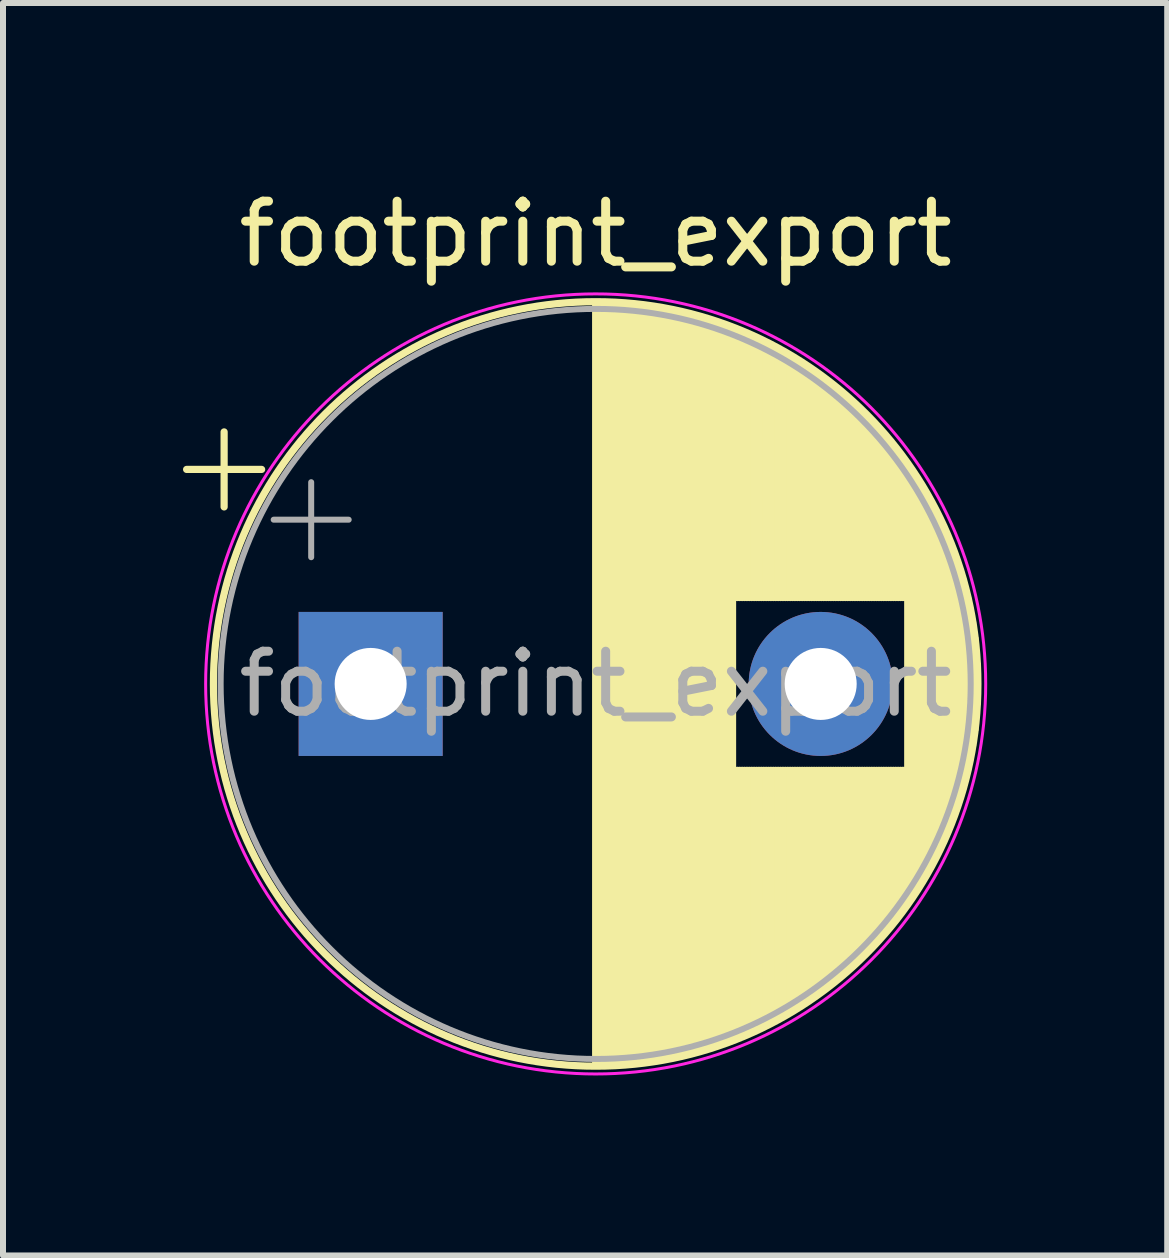
<source format=kicad_pcb>
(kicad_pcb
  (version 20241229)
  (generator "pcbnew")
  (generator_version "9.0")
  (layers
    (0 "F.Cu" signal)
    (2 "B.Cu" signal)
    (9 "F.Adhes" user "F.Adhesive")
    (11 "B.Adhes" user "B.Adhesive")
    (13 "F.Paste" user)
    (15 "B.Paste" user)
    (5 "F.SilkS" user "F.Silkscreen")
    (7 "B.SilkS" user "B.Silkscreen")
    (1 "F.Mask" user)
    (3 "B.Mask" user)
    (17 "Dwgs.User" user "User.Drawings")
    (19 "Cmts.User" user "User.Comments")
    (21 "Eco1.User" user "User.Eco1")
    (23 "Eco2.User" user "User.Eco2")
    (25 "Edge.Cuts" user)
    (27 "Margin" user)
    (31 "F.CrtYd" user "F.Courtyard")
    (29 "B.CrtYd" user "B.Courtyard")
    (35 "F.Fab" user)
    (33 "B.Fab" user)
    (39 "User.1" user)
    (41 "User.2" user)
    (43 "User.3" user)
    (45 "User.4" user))
  (footprint "footprint_export"
    (layer "F.Cu")
    (at 3.127 8.348)
    (property "Reference" "footprint_export" (at 3.75 -7.5 0) (layer "F.SilkS") (effects (font (size 1 1) (thickness 0.15))))
    (attr through_hole)
    (fp_line (start -3.067 -3.575) (end -1.817 -3.575) (stroke (width 0.12) (type solid)) (layer "F.SilkS"))
    (fp_line (start -2.442 -4.2) (end -2.442 -2.95) (stroke (width 0.12) (type solid)) (layer "F.SilkS"))
    (fp_line (start 3.75 -6.33) (end 3.75 6.33) (stroke (width 0.12) (type solid)) (layer "F.SilkS"))
    (fp_line (start 3.79 -6.33) (end 3.79 6.33) (stroke (width 0.12) (type solid)) (layer "F.SilkS"))
    (fp_line (start 3.83 -6.33) (end 3.83 6.33) (stroke (width 0.12) (type solid)) (layer "F.SilkS"))
    (fp_line (start 3.87 -6.329) (end 3.87 6.329) (stroke (width 0.12) (type solid)) (layer "F.SilkS"))
    (fp_line (start 3.91 -6.328) (end 3.91 6.328) (stroke (width 0.12) (type solid)) (layer "F.SilkS"))
    (fp_line (start 3.95 -6.327) (end 3.95 6.327) (stroke (width 0.12) (type solid)) (layer "F.SilkS"))
    (fp_line (start 3.99 -6.326) (end 3.99 6.326) (stroke (width 0.12) (type solid)) (layer "F.SilkS"))
    (fp_line (start 4.03 -6.324) (end 4.03 6.324) (stroke (width 0.12) (type solid)) (layer "F.SilkS"))
    (fp_line (start 4.07 -6.322) (end 4.07 6.322) (stroke (width 0.12) (type solid)) (layer "F.SilkS"))
    (fp_line (start 4.11 -6.32) (end 4.11 6.32) (stroke (width 0.12) (type solid)) (layer "F.SilkS"))
    (fp_line (start 4.15 -6.318) (end 4.15 6.318) (stroke (width 0.12) (type solid)) (layer "F.SilkS"))
    (fp_line (start 4.19 -6.315) (end 4.19 6.315) (stroke (width 0.12) (type solid)) (layer "F.SilkS"))
    (fp_line (start 4.23 -6.312) (end 4.23 6.312) (stroke (width 0.12) (type solid)) (layer "F.SilkS"))
    (fp_line (start 4.27 -6.309) (end 4.27 6.309) (stroke (width 0.12) (type solid)) (layer "F.SilkS"))
    (fp_line (start 4.31 -6.306) (end 4.31 6.306) (stroke (width 0.12) (type solid)) (layer "F.SilkS"))
    (fp_line (start 4.35 -6.302) (end 4.35 6.302) (stroke (width 0.12) (type solid)) (layer "F.SilkS"))
    (fp_line (start 4.39 -6.298) (end 4.39 6.298) (stroke (width 0.12) (type solid)) (layer "F.SilkS"))
    (fp_line (start 4.43 -6.294) (end 4.43 6.294) (stroke (width 0.12) (type solid)) (layer "F.SilkS"))
    (fp_line (start 4.471 -6.29) (end 4.471 6.29) (stroke (width 0.12) (type solid)) (layer "F.SilkS"))
    (fp_line (start 4.511 -6.285) (end 4.511 6.285) (stroke (width 0.12) (type solid)) (layer "F.SilkS"))
    (fp_line (start 4.551 -6.28) (end 4.551 6.28) (stroke (width 0.12) (type solid)) (layer "F.SilkS"))
    (fp_line (start 4.591 -6.275) (end 4.591 6.275) (stroke (width 0.12) (type solid)) (layer "F.SilkS"))
    (fp_line (start 4.631 -6.269) (end 4.631 6.269) (stroke (width 0.12) (type solid)) (layer "F.SilkS"))
    (fp_line (start 4.671 -6.264) (end 4.671 6.264) (stroke (width 0.12) (type solid)) (layer "F.SilkS"))
    (fp_line (start 4.711 -6.258) (end 4.711 6.258) (stroke (width 0.12) (type solid)) (layer "F.SilkS"))
    (fp_line (start 4.751 -6.252) (end 4.751 6.252) (stroke (width 0.12) (type solid)) (layer "F.SilkS"))
    (fp_line (start 4.791 -6.245) (end 4.791 6.245) (stroke (width 0.12) (type solid)) (layer "F.SilkS"))
    (fp_line (start 4.831 -6.238) (end 4.831 6.238) (stroke (width 0.12) (type solid)) (layer "F.SilkS"))
    (fp_line (start 4.871 -6.231) (end 4.871 6.231) (stroke (width 0.12) (type solid)) (layer "F.SilkS"))
    (fp_line (start 4.911 -6.224) (end 4.911 6.224) (stroke (width 0.12) (type solid)) (layer "F.SilkS"))
    (fp_line (start 4.951 -6.216) (end 4.951 6.216) (stroke (width 0.12) (type solid)) (layer "F.SilkS"))
    (fp_line (start 4.991 -6.209) (end 4.991 6.209) (stroke (width 0.12) (type solid)) (layer "F.SilkS"))
    (fp_line (start 5.031 -6.201) (end 5.031 6.201) (stroke (width 0.12) (type solid)) (layer "F.SilkS"))
    (fp_line (start 5.071 -6.192) (end 5.071 6.192) (stroke (width 0.12) (type solid)) (layer "F.SilkS"))
    (fp_line (start 5.111 -6.184) (end 5.111 6.184) (stroke (width 0.12) (type solid)) (layer "F.SilkS"))
    (fp_line (start 5.151 -6.175) (end 5.151 6.175) (stroke (width 0.12) (type solid)) (layer "F.SilkS"))
    (fp_line (start 5.191 -6.166) (end 5.191 6.166) (stroke (width 0.12) (type solid)) (layer "F.SilkS"))
    (fp_line (start 5.231 -6.156) (end 5.231 6.156) (stroke (width 0.12) (type solid)) (layer "F.SilkS"))
    (fp_line (start 5.271 -6.146) (end 5.271 6.146) (stroke (width 0.12) (type solid)) (layer "F.SilkS"))
    (fp_line (start 5.311 -6.137) (end 5.311 6.137) (stroke (width 0.12) (type solid)) (layer "F.SilkS"))
    (fp_line (start 5.351 -6.126) (end 5.351 6.126) (stroke (width 0.12) (type solid)) (layer "F.SilkS"))
    (fp_line (start 5.391 -6.116) (end 5.391 6.116) (stroke (width 0.12) (type solid)) (layer "F.SilkS"))
    (fp_line (start 5.431 -6.105) (end 5.431 6.105) (stroke (width 0.12) (type solid)) (layer "F.SilkS"))
    (fp_line (start 5.471 -6.094) (end 5.471 6.094) (stroke (width 0.12) (type solid)) (layer "F.SilkS"))
    (fp_line (start 5.511 -6.083) (end 5.511 6.083) (stroke (width 0.12) (type solid)) (layer "F.SilkS"))
    (fp_line (start 5.551 -6.071) (end 5.551 6.071) (stroke (width 0.12) (type solid)) (layer "F.SilkS"))
    (fp_line (start 5.591 -6.059) (end 5.591 6.059) (stroke (width 0.12) (type solid)) (layer "F.SilkS"))
    (fp_line (start 5.631 -6.047) (end 5.631 6.047) (stroke (width 0.12) (type solid)) (layer "F.SilkS"))
    (fp_line (start 5.671 -6.034) (end 5.671 6.034) (stroke (width 0.12) (type solid)) (layer "F.SilkS"))
    (fp_line (start 5.711 -6.021) (end 5.711 6.021) (stroke (width 0.12) (type solid)) (layer "F.SilkS"))
    (fp_line (start 5.751 -6.008) (end 5.751 6.008) (stroke (width 0.12) (type solid)) (layer "F.SilkS"))
    (fp_line (start 5.791 -5.995) (end 5.791 5.995) (stroke (width 0.12) (type solid)) (layer "F.SilkS"))
    (fp_line (start 5.831 -5.981) (end 5.831 5.981) (stroke (width 0.12) (type solid)) (layer "F.SilkS"))
    (fp_line (start 5.871 -5.967) (end 5.871 5.967) (stroke (width 0.12) (type solid)) (layer "F.SilkS"))
    (fp_line (start 5.911 -5.953) (end 5.911 5.953) (stroke (width 0.12) (type solid)) (layer "F.SilkS"))
    (fp_line (start 5.951 -5.939) (end 5.951 5.939) (stroke (width 0.12) (type solid)) (layer "F.SilkS"))
    (fp_line (start 5.991 -5.924) (end 5.991 5.924) (stroke (width 0.12) (type solid)) (layer "F.SilkS"))
    (fp_line (start 6.031 -5.908) (end 6.031 5.908) (stroke (width 0.12) (type solid)) (layer "F.SilkS"))
    (fp_line (start 6.071 -5.893) (end 6.071 -1.44) (stroke (width 0.12) (type solid)) (layer "F.SilkS"))
    (fp_line (start 6.071 1.44) (end 6.071 5.893) (stroke (width 0.12) (type solid)) (layer "F.SilkS"))
    (fp_line (start 6.111 -5.877) (end 6.111 -1.44) (stroke (width 0.12) (type solid)) (layer "F.SilkS"))
    (fp_line (start 6.111 1.44) (end 6.111 5.877) (stroke (width 0.12) (type solid)) (layer "F.SilkS"))
    (fp_line (start 6.151 -5.861) (end 6.151 -1.44) (stroke (width 0.12) (type solid)) (layer "F.SilkS"))
    (fp_line (start 6.151 1.44) (end 6.151 5.861) (stroke (width 0.12) (type solid)) (layer "F.SilkS"))
    (fp_line (start 6.191 -5.845) (end 6.191 -1.44) (stroke (width 0.12) (type solid)) (layer "F.SilkS"))
    (fp_line (start 6.191 1.44) (end 6.191 5.845) (stroke (width 0.12) (type solid)) (layer "F.SilkS"))
    (fp_line (start 6.231 -5.828) (end 6.231 -1.44) (stroke (width 0.12) (type solid)) (layer "F.SilkS"))
    (fp_line (start 6.231 1.44) (end 6.231 5.828) (stroke (width 0.12) (type solid)) (layer "F.SilkS"))
    (fp_line (start 6.271 -5.811) (end 6.271 -1.44) (stroke (width 0.12) (type solid)) (layer "F.SilkS"))
    (fp_line (start 6.271 1.44) (end 6.271 5.811) (stroke (width 0.12) (type solid)) (layer "F.SilkS"))
    (fp_line (start 6.311 -5.793) (end 6.311 -1.44) (stroke (width 0.12) (type solid)) (layer "F.SilkS"))
    (fp_line (start 6.311 1.44) (end 6.311 5.793) (stroke (width 0.12) (type solid)) (layer "F.SilkS"))
    (fp_line (start 6.351 -5.776) (end 6.351 -1.44) (stroke (width 0.12) (type solid)) (layer "F.SilkS"))
    (fp_line (start 6.351 1.44) (end 6.351 5.776) (stroke (width 0.12) (type solid)) (layer "F.SilkS"))
    (fp_line (start 6.391 -5.758) (end 6.391 -1.44) (stroke (width 0.12) (type solid)) (layer "F.SilkS"))
    (fp_line (start 6.391 1.44) (end 6.391 5.758) (stroke (width 0.12) (type solid)) (layer "F.SilkS"))
    (fp_line (start 6.431 -5.739) (end 6.431 -1.44) (stroke (width 0.12) (type solid)) (layer "F.SilkS"))
    (fp_line (start 6.431 1.44) (end 6.431 5.739) (stroke (width 0.12) (type solid)) (layer "F.SilkS"))
    (fp_line (start 6.471 -5.721) (end 6.471 -1.44) (stroke (width 0.12) (type solid)) (layer "F.SilkS"))
    (fp_line (start 6.471 1.44) (end 6.471 5.721) (stroke (width 0.12) (type solid)) (layer "F.SilkS"))
    (fp_line (start 6.511 -5.702) (end 6.511 -1.44) (stroke (width 0.12) (type solid)) (layer "F.SilkS"))
    (fp_line (start 6.511 1.44) (end 6.511 5.702) (stroke (width 0.12) (type solid)) (layer "F.SilkS"))
    (fp_line (start 6.551 -5.682) (end 6.551 -1.44) (stroke (width 0.12) (type solid)) (layer "F.SilkS"))
    (fp_line (start 6.551 1.44) (end 6.551 5.682) (stroke (width 0.12) (type solid)) (layer "F.SilkS"))
    (fp_line (start 6.591 -5.662) (end 6.591 -1.44) (stroke (width 0.12) (type solid)) (layer "F.SilkS"))
    (fp_line (start 6.591 1.44) (end 6.591 5.662) (stroke (width 0.12) (type solid)) (layer "F.SilkS"))
    (fp_line (start 6.631 -5.642) (end 6.631 -1.44) (stroke (width 0.12) (type solid)) (layer "F.SilkS"))
    (fp_line (start 6.631 1.44) (end 6.631 5.642) (stroke (width 0.12) (type solid)) (layer "F.SilkS"))
    (fp_line (start 6.671 -5.622) (end 6.671 -1.44) (stroke (width 0.12) (type solid)) (layer "F.SilkS"))
    (fp_line (start 6.671 1.44) (end 6.671 5.622) (stroke (width 0.12) (type solid)) (layer "F.SilkS"))
    (fp_line (start 6.711 -5.601) (end 6.711 -1.44) (stroke (width 0.12) (type solid)) (layer "F.SilkS"))
    (fp_line (start 6.711 1.44) (end 6.711 5.601) (stroke (width 0.12) (type solid)) (layer "F.SilkS"))
    (fp_line (start 6.751 -5.58) (end 6.751 -1.44) (stroke (width 0.12) (type solid)) (layer "F.SilkS"))
    (fp_line (start 6.751 1.44) (end 6.751 5.58) (stroke (width 0.12) (type solid)) (layer "F.SilkS"))
    (fp_line (start 6.791 -5.558) (end 6.791 -1.44) (stroke (width 0.12) (type solid)) (layer "F.SilkS"))
    (fp_line (start 6.791 1.44) (end 6.791 5.558) (stroke (width 0.12) (type solid)) (layer "F.SilkS"))
    (fp_line (start 6.831 -5.536) (end 6.831 -1.44) (stroke (width 0.12) (type solid)) (layer "F.SilkS"))
    (fp_line (start 6.831 1.44) (end 6.831 5.536) (stroke (width 0.12) (type solid)) (layer "F.SilkS"))
    (fp_line (start 6.871 -5.514) (end 6.871 -1.44) (stroke (width 0.12) (type solid)) (layer "F.SilkS"))
    (fp_line (start 6.871 1.44) (end 6.871 5.514) (stroke (width 0.12) (type solid)) (layer "F.SilkS"))
    (fp_line (start 6.911 -5.491) (end 6.911 -1.44) (stroke (width 0.12) (type solid)) (layer "F.SilkS"))
    (fp_line (start 6.911 1.44) (end 6.911 5.491) (stroke (width 0.12) (type solid)) (layer "F.SilkS"))
    (fp_line (start 6.951 -5.468) (end 6.951 -1.44) (stroke (width 0.12) (type solid)) (layer "F.SilkS"))
    (fp_line (start 6.951 1.44) (end 6.951 5.468) (stroke (width 0.12) (type solid)) (layer "F.SilkS"))
    (fp_line (start 6.991 -5.445) (end 6.991 -1.44) (stroke (width 0.12) (type solid)) (layer "F.SilkS"))
    (fp_line (start 6.991 1.44) (end 6.991 5.445) (stroke (width 0.12) (type solid)) (layer "F.SilkS"))
    (fp_line (start 7.031 -5.421) (end 7.031 -1.44) (stroke (width 0.12) (type solid)) (layer "F.SilkS"))
    (fp_line (start 7.031 1.44) (end 7.031 5.421) (stroke (width 0.12) (type solid)) (layer "F.SilkS"))
    (fp_line (start 7.071 -5.397) (end 7.071 -1.44) (stroke (width 0.12) (type solid)) (layer "F.SilkS"))
    (fp_line (start 7.071 1.44) (end 7.071 5.397) (stroke (width 0.12) (type solid)) (layer "F.SilkS"))
    (fp_line (start 7.111 -5.372) (end 7.111 -1.44) (stroke (width 0.12) (type solid)) (layer "F.SilkS"))
    (fp_line (start 7.111 1.44) (end 7.111 5.372) (stroke (width 0.12) (type solid)) (layer "F.SilkS"))
    (fp_line (start 7.151 -5.347) (end 7.151 -1.44) (stroke (width 0.12) (type solid)) (layer "F.SilkS"))
    (fp_line (start 7.151 1.44) (end 7.151 5.347) (stroke (width 0.12) (type solid)) (layer "F.SilkS"))
    (fp_line (start 7.191 -5.322) (end 7.191 -1.44) (stroke (width 0.12) (type solid)) (layer "F.SilkS"))
    (fp_line (start 7.191 1.44) (end 7.191 5.322) (stroke (width 0.12) (type solid)) (layer "F.SilkS"))
    (fp_line (start 7.231 -5.296) (end 7.231 -1.44) (stroke (width 0.12) (type solid)) (layer "F.SilkS"))
    (fp_line (start 7.231 1.44) (end 7.231 5.296) (stroke (width 0.12) (type solid)) (layer "F.SilkS"))
    (fp_line (start 7.271 -5.27) (end 7.271 -1.44) (stroke (width 0.12) (type solid)) (layer "F.SilkS"))
    (fp_line (start 7.271 1.44) (end 7.271 5.27) (stroke (width 0.12) (type solid)) (layer "F.SilkS"))
    (fp_line (start 7.311 -5.243) (end 7.311 -1.44) (stroke (width 0.12) (type solid)) (layer "F.SilkS"))
    (fp_line (start 7.311 1.44) (end 7.311 5.243) (stroke (width 0.12) (type solid)) (layer "F.SilkS"))
    (fp_line (start 7.351 -5.216) (end 7.351 -1.44) (stroke (width 0.12) (type solid)) (layer "F.SilkS"))
    (fp_line (start 7.351 1.44) (end 7.351 5.216) (stroke (width 0.12) (type solid)) (layer "F.SilkS"))
    (fp_line (start 7.391 -5.188) (end 7.391 -1.44) (stroke (width 0.12) (type solid)) (layer "F.SilkS"))
    (fp_line (start 7.391 1.44) (end 7.391 5.188) (stroke (width 0.12) (type solid)) (layer "F.SilkS"))
    (fp_line (start 7.431 -5.16) (end 7.431 -1.44) (stroke (width 0.12) (type solid)) (layer "F.SilkS"))
    (fp_line (start 7.431 1.44) (end 7.431 5.16) (stroke (width 0.12) (type solid)) (layer "F.SilkS"))
    (fp_line (start 7.471 -5.131) (end 7.471 -1.44) (stroke (width 0.12) (type solid)) (layer "F.SilkS"))
    (fp_line (start 7.471 1.44) (end 7.471 5.131) (stroke (width 0.12) (type solid)) (layer "F.SilkS"))
    (fp_line (start 7.511 -5.102) (end 7.511 -1.44) (stroke (width 0.12) (type solid)) (layer "F.SilkS"))
    (fp_line (start 7.511 1.44) (end 7.511 5.102) (stroke (width 0.12) (type solid)) (layer "F.SilkS"))
    (fp_line (start 7.551 -5.073) (end 7.551 -1.44) (stroke (width 0.12) (type solid)) (layer "F.SilkS"))
    (fp_line (start 7.551 1.44) (end 7.551 5.073) (stroke (width 0.12) (type solid)) (layer "F.SilkS"))
    (fp_line (start 7.591 -5.043) (end 7.591 -1.44) (stroke (width 0.12) (type solid)) (layer "F.SilkS"))
    (fp_line (start 7.591 1.44) (end 7.591 5.043) (stroke (width 0.12) (type solid)) (layer "F.SilkS"))
    (fp_line (start 7.631 -5.012) (end 7.631 -1.44) (stroke (width 0.12) (type solid)) (layer "F.SilkS"))
    (fp_line (start 7.631 1.44) (end 7.631 5.012) (stroke (width 0.12) (type solid)) (layer "F.SilkS"))
    (fp_line (start 7.671 -4.982) (end 7.671 -1.44) (stroke (width 0.12) (type solid)) (layer "F.SilkS"))
    (fp_line (start 7.671 1.44) (end 7.671 4.982) (stroke (width 0.12) (type solid)) (layer "F.SilkS"))
    (fp_line (start 7.711 -4.95) (end 7.711 -1.44) (stroke (width 0.12) (type solid)) (layer "F.SilkS"))
    (fp_line (start 7.711 1.44) (end 7.711 4.95) (stroke (width 0.12) (type solid)) (layer "F.SilkS"))
    (fp_line (start 7.751 -4.918) (end 7.751 -1.44) (stroke (width 0.12) (type solid)) (layer "F.SilkS"))
    (fp_line (start 7.751 1.44) (end 7.751 4.918) (stroke (width 0.12) (type solid)) (layer "F.SilkS"))
    (fp_line (start 7.791 -4.885) (end 7.791 -1.44) (stroke (width 0.12) (type solid)) (layer "F.SilkS"))
    (fp_line (start 7.791 1.44) (end 7.791 4.885) (stroke (width 0.12) (type solid)) (layer "F.SilkS"))
    (fp_line (start 7.831 -4.852) (end 7.831 -1.44) (stroke (width 0.12) (type solid)) (layer "F.SilkS"))
    (fp_line (start 7.831 1.44) (end 7.831 4.852) (stroke (width 0.12) (type solid)) (layer "F.SilkS"))
    (fp_line (start 7.871 -4.819) (end 7.871 -1.44) (stroke (width 0.12) (type solid)) (layer "F.SilkS"))
    (fp_line (start 7.871 1.44) (end 7.871 4.819) (stroke (width 0.12) (type solid)) (layer "F.SilkS"))
    (fp_line (start 7.911 -4.785) (end 7.911 -1.44) (stroke (width 0.12) (type solid)) (layer "F.SilkS"))
    (fp_line (start 7.911 1.44) (end 7.911 4.785) (stroke (width 0.12) (type solid)) (layer "F.SilkS"))
    (fp_line (start 7.951 -4.75) (end 7.951 -1.44) (stroke (width 0.12) (type solid)) (layer "F.SilkS"))
    (fp_line (start 7.951 1.44) (end 7.951 4.75) (stroke (width 0.12) (type solid)) (layer "F.SilkS"))
    (fp_line (start 7.991 -4.714) (end 7.991 -1.44) (stroke (width 0.12) (type solid)) (layer "F.SilkS"))
    (fp_line (start 7.991 1.44) (end 7.991 4.714) (stroke (width 0.12) (type solid)) (layer "F.SilkS"))
    (fp_line (start 8.031 -4.678) (end 8.031 -1.44) (stroke (width 0.12) (type solid)) (layer "F.SilkS"))
    (fp_line (start 8.031 1.44) (end 8.031 4.678) (stroke (width 0.12) (type solid)) (layer "F.SilkS"))
    (fp_line (start 8.071 -4.642) (end 8.071 -1.44) (stroke (width 0.12) (type solid)) (layer "F.SilkS"))
    (fp_line (start 8.071 1.44) (end 8.071 4.642) (stroke (width 0.12) (type solid)) (layer "F.SilkS"))
    (fp_line (start 8.111 -4.605) (end 8.111 -1.44) (stroke (width 0.12) (type solid)) (layer "F.SilkS"))
    (fp_line (start 8.111 1.44) (end 8.111 4.605) (stroke (width 0.12) (type solid)) (layer "F.SilkS"))
    (fp_line (start 8.151 -4.567) (end 8.151 -1.44) (stroke (width 0.12) (type solid)) (layer "F.SilkS"))
    (fp_line (start 8.151 1.44) (end 8.151 4.567) (stroke (width 0.12) (type solid)) (layer "F.SilkS"))
    (fp_line (start 8.191 -4.528) (end 8.191 -1.44) (stroke (width 0.12) (type solid)) (layer "F.SilkS"))
    (fp_line (start 8.191 1.44) (end 8.191 4.528) (stroke (width 0.12) (type solid)) (layer "F.SilkS"))
    (fp_line (start 8.231 -4.489) (end 8.231 -1.44) (stroke (width 0.12) (type solid)) (layer "F.SilkS"))
    (fp_line (start 8.231 1.44) (end 8.231 4.489) (stroke (width 0.12) (type solid)) (layer "F.SilkS"))
    (fp_line (start 8.271 -4.449) (end 8.271 -1.44) (stroke (width 0.12) (type solid)) (layer "F.SilkS"))
    (fp_line (start 8.271 1.44) (end 8.271 4.449) (stroke (width 0.12) (type solid)) (layer "F.SilkS"))
    (fp_line (start 8.311 -4.408) (end 8.311 -1.44) (stroke (width 0.12) (type solid)) (layer "F.SilkS"))
    (fp_line (start 8.311 1.44) (end 8.311 4.408) (stroke (width 0.12) (type solid)) (layer "F.SilkS"))
    (fp_line (start 8.351 -4.367) (end 8.351 -1.44) (stroke (width 0.12) (type solid)) (layer "F.SilkS"))
    (fp_line (start 8.351 1.44) (end 8.351 4.367) (stroke (width 0.12) (type solid)) (layer "F.SilkS"))
    (fp_line (start 8.391 -4.325) (end 8.391 -1.44) (stroke (width 0.12) (type solid)) (layer "F.SilkS"))
    (fp_line (start 8.391 1.44) (end 8.391 4.325) (stroke (width 0.12) (type solid)) (layer "F.SilkS"))
    (fp_line (start 8.431 -4.282) (end 8.431 -1.44) (stroke (width 0.12) (type solid)) (layer "F.SilkS"))
    (fp_line (start 8.431 1.44) (end 8.431 4.282) (stroke (width 0.12) (type solid)) (layer "F.SilkS"))
    (fp_line (start 8.471 -4.238) (end 8.471 -1.44) (stroke (width 0.12) (type solid)) (layer "F.SilkS"))
    (fp_line (start 8.471 1.44) (end 8.471 4.238) (stroke (width 0.12) (type solid)) (layer "F.SilkS"))
    (fp_line (start 8.511 -4.194) (end 8.511 -1.44) (stroke (width 0.12) (type solid)) (layer "F.SilkS"))
    (fp_line (start 8.511 1.44) (end 8.511 4.194) (stroke (width 0.12) (type solid)) (layer "F.SilkS"))
    (fp_line (start 8.551 -4.148) (end 8.551 -1.44) (stroke (width 0.12) (type solid)) (layer "F.SilkS"))
    (fp_line (start 8.551 1.44) (end 8.551 4.148) (stroke (width 0.12) (type solid)) (layer "F.SilkS"))
    (fp_line (start 8.591 -4.102) (end 8.591 -1.44) (stroke (width 0.12) (type solid)) (layer "F.SilkS"))
    (fp_line (start 8.591 1.44) (end 8.591 4.102) (stroke (width 0.12) (type solid)) (layer "F.SilkS"))
    (fp_line (start 8.631 -4.055) (end 8.631 -1.44) (stroke (width 0.12) (type solid)) (layer "F.SilkS"))
    (fp_line (start 8.631 1.44) (end 8.631 4.055) (stroke (width 0.12) (type solid)) (layer "F.SilkS"))
    (fp_line (start 8.671 -4.007) (end 8.671 -1.44) (stroke (width 0.12) (type solid)) (layer "F.SilkS"))
    (fp_line (start 8.671 1.44) (end 8.671 4.007) (stroke (width 0.12) (type solid)) (layer "F.SilkS"))
    (fp_line (start 8.711 -3.957) (end 8.711 -1.44) (stroke (width 0.12) (type solid)) (layer "F.SilkS"))
    (fp_line (start 8.711 1.44) (end 8.711 3.957) (stroke (width 0.12) (type solid)) (layer "F.SilkS"))
    (fp_line (start 8.751 -3.907) (end 8.751 -1.44) (stroke (width 0.12) (type solid)) (layer "F.SilkS"))
    (fp_line (start 8.751 1.44) (end 8.751 3.907) (stroke (width 0.12) (type solid)) (layer "F.SilkS"))
    (fp_line (start 8.791 -3.856) (end 8.791 -1.44) (stroke (width 0.12) (type solid)) (layer "F.SilkS"))
    (fp_line (start 8.791 1.44) (end 8.791 3.856) (stroke (width 0.12) (type solid)) (layer "F.SilkS"))
    (fp_line (start 8.831 -3.804) (end 8.831 -1.44) (stroke (width 0.12) (type solid)) (layer "F.SilkS"))
    (fp_line (start 8.831 1.44) (end 8.831 3.804) (stroke (width 0.12) (type solid)) (layer "F.SilkS"))
    (fp_line (start 8.871 -3.75) (end 8.871 -1.44) (stroke (width 0.12) (type solid)) (layer "F.SilkS"))
    (fp_line (start 8.871 1.44) (end 8.871 3.75) (stroke (width 0.12) (type solid)) (layer "F.SilkS"))
    (fp_line (start 8.911 -3.696) (end 8.911 -1.44) (stroke (width 0.12) (type solid)) (layer "F.SilkS"))
    (fp_line (start 8.911 1.44) (end 8.911 3.696) (stroke (width 0.12) (type solid)) (layer "F.SilkS"))
    (fp_line (start 8.951 -3.64) (end 8.951 3.64) (stroke (width 0.12) (type solid)) (layer "F.SilkS"))
    (fp_line (start 8.991 -3.583) (end 8.991 3.583) (stroke (width 0.12) (type solid)) (layer "F.SilkS"))
    (fp_line (start 9.031 -3.524) (end 9.031 3.524) (stroke (width 0.12) (type solid)) (layer "F.SilkS"))
    (fp_line (start 9.071 -3.464) (end 9.071 3.464) (stroke (width 0.12) (type solid)) (layer "F.SilkS"))
    (fp_line (start 9.111 -3.402) (end 9.111 3.402) (stroke (width 0.12) (type solid)) (layer "F.SilkS"))
    (fp_line (start 9.151 -3.339) (end 9.151 3.339) (stroke (width 0.12) (type solid)) (layer "F.SilkS"))
    (fp_line (start 9.191 -3.275) (end 9.191 3.275) (stroke (width 0.12) (type solid)) (layer "F.SilkS"))
    (fp_line (start 9.231 -3.208) (end 9.231 3.208) (stroke (width 0.12) (type solid)) (layer "F.SilkS"))
    (fp_line (start 9.271 -3.14) (end 9.271 3.14) (stroke (width 0.12) (type solid)) (layer "F.SilkS"))
    (fp_line (start 9.311 -3.069) (end 9.311 3.069) (stroke (width 0.12) (type solid)) (layer "F.SilkS"))
    (fp_line (start 9.351 -2.996) (end 9.351 2.996) (stroke (width 0.12) (type solid)) (layer "F.SilkS"))
    (fp_line (start 9.391 -2.921) (end 9.391 2.921) (stroke (width 0.12) (type solid)) (layer "F.SilkS"))
    (fp_line (start 9.431 -2.844) (end 9.431 2.844) (stroke (width 0.12) (type solid)) (layer "F.SilkS"))
    (fp_line (start 9.471 -2.764) (end 9.471 2.764) (stroke (width 0.12) (type solid)) (layer "F.SilkS"))
    (fp_line (start 9.511 -2.681) (end 9.511 2.681) (stroke (width 0.12) (type solid)) (layer "F.SilkS"))
    (fp_line (start 9.551 -2.594) (end 9.551 2.594) (stroke (width 0.12) (type solid)) (layer "F.SilkS"))
    (fp_line (start 9.591 -2.504) (end 9.591 2.504) (stroke (width 0.12) (type solid)) (layer "F.SilkS"))
    (fp_line (start 9.631 -2.41) (end 9.631 2.41) (stroke (width 0.12) (type solid)) (layer "F.SilkS"))
    (fp_line (start 9.671 -2.312) (end 9.671 2.312) (stroke (width 0.12) (type solid)) (layer "F.SilkS"))
    (fp_line (start 9.711 -2.209) (end 9.711 2.209) (stroke (width 0.12) (type solid)) (layer "F.SilkS"))
    (fp_line (start 9.751 -2.1) (end 9.751 2.1) (stroke (width 0.12) (type solid)) (layer "F.SilkS"))
    (fp_line (start 9.791 -1.984) (end 9.791 1.984) (stroke (width 0.12) (type solid)) (layer "F.SilkS"))
    (fp_line (start 9.831 -1.861) (end 9.831 1.861) (stroke (width 0.12) (type solid)) (layer "F.SilkS"))
    (fp_line (start 9.871 -1.728) (end 9.871 1.728) (stroke (width 0.12) (type solid)) (layer "F.SilkS"))
    (fp_line (start 9.911 -1.583) (end 9.911 1.583) (stroke (width 0.12) (type solid)) (layer "F.SilkS"))
    (fp_line (start 9.951 -1.422) (end 9.951 1.422) (stroke (width 0.12) (type solid)) (layer "F.SilkS"))
    (fp_line (start 9.991 -1.241) (end 9.991 1.241) (stroke (width 0.12) (type solid)) (layer "F.SilkS"))
    (fp_line (start 10.031 -1.028) (end 10.031 1.028) (stroke (width 0.12) (type solid)) (layer "F.SilkS"))
    (fp_line (start 10.071 -0.757) (end 10.071 0.757) (stroke (width 0.12) (type solid)) (layer "F.SilkS"))
    (fp_line (start 10.111 -0.317) (end 10.111 0.317) (stroke (width 0.12) (type solid)) (layer "F.SilkS"))
    (fp_circle (center 3.75 0) (end 10.12 0) (stroke (width 0.12) (type solid)) (fill no) (layer "F.SilkS"))
    (fp_circle (center 3.75 0) (end 10.25 0) (stroke (width 0.05) (type solid)) (fill no) (layer "F.CrtYd"))
    (fp_line (start -1.616 -2.737) (end -0.366 -2.737) (stroke (width 0.1) (type solid)) (layer "F.Fab"))
    (fp_line (start -0.991 -3.362) (end -0.991 -2.112) (stroke (width 0.1) (type solid)) (layer "F.Fab"))
    (fp_circle (center 3.75 0) (end 10 0) (stroke (width 0.1) (type solid)) (fill no) (layer "F.Fab"))
    (fp_text user "${REFERENCE}" (at 3.75 0 0) (layer "F.Fab") (effects (font (size 1 1) (thickness 0.15))))
    (pad "1" thru_hole rect (at 0 0) (size 2.4 2.4) (drill 1.2) (layers "*.Cu" "*.Mask"))
    (pad "2" thru_hole circle (at 7.5 0) (size 2.4 2.4) (drill 1.2) (layers "*.Cu" "*.Mask")))
  (gr_rect
    (start -3 -3)
    (end 16.402 17.873)
    (stroke (width 0.1) (type default))
    (fill no)
    (layer "Edge.Cuts")))
</source>
